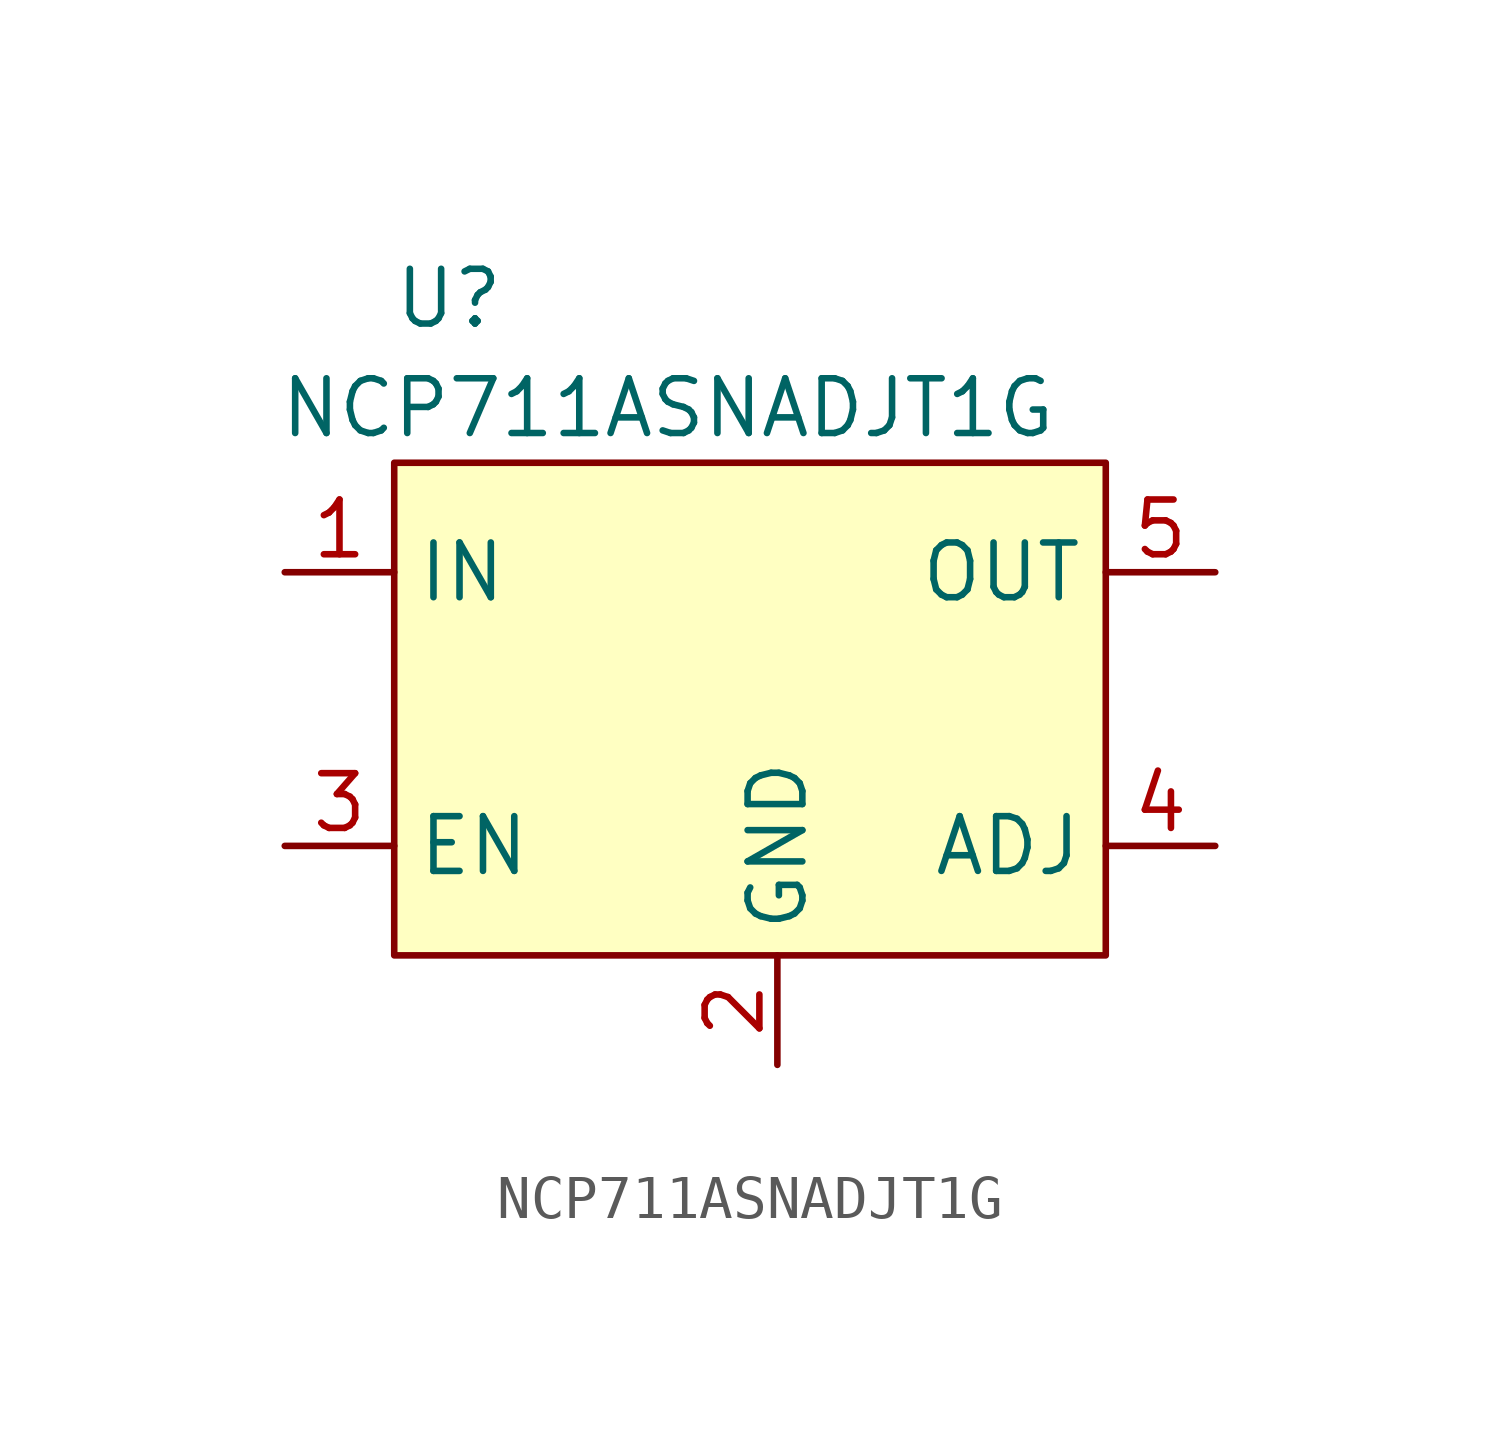
<source format=kicad_sym>
(kicad_symbol_lib
  (version 20211014)
  (generator kicad_symbol_editor)
  (symbol "NCP711ASNADJT1G"
    (property "Reference" "U"
      (at 1.27 3.81 0)
      (effects (font (size 1.27 1.27))))
    (property "Value" "NCP711ASNADJT1G"
      (at 6.35 1.27 0)
      (effects (font (size 1.27 1.27))))
    (symbol "NCP711ASNADJT1G_0_1"
      (rectangle (start 0 0) (end 16.51 -11.43) (stroke (width 0) (type default) (color 0 0 0 0)) (fill (type background))))
    (symbol "NCP711ASNADJT1G_1_1"
      (pin power_in line (at -2.54 -2.54 0) (length 2.54) (name "IN" (effects (font (size 1.27 1.27)))) (number "1" (effects (font (size 1.27 1.27)))))
      (pin power_in line (at 8.89 -13.97 90) (length 2.54) (name "GND" (effects (font (size 1.27 1.27)))) (number "2" (effects (font (size 1.27 1.27)))))
      (pin input line (at -2.54 -8.89 0) (length 2.54) (name "EN" (effects (font (size 1.27 1.27)))) (number "3" (effects (font (size 1.27 1.27)))))
      (pin passive line (at 19.05 -8.89 180) (length 2.54) (name "ADJ" (effects (font (size 1.27 1.27)))) (number "4" (effects (font (size 1.27 1.27)))))
      (pin power_out line (at 19.05 -2.54 180) (length 2.54) (name "OUT" (effects (font (size 1.27 1.27)))) (number "5" (effects (font (size 1.27 1.27))))))))
</source>
